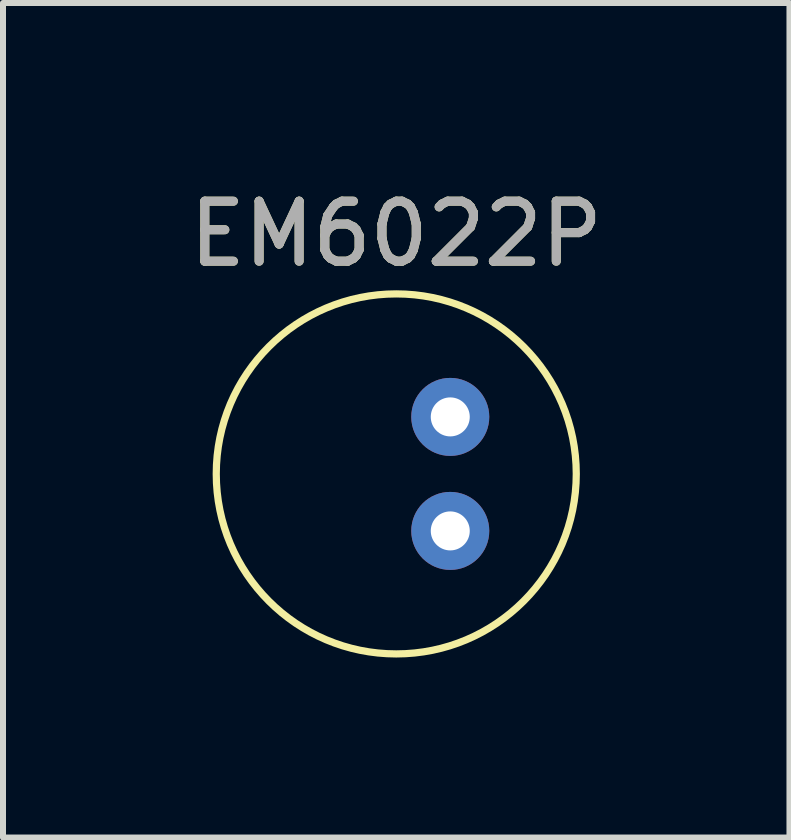
<source format=kicad_pcb>
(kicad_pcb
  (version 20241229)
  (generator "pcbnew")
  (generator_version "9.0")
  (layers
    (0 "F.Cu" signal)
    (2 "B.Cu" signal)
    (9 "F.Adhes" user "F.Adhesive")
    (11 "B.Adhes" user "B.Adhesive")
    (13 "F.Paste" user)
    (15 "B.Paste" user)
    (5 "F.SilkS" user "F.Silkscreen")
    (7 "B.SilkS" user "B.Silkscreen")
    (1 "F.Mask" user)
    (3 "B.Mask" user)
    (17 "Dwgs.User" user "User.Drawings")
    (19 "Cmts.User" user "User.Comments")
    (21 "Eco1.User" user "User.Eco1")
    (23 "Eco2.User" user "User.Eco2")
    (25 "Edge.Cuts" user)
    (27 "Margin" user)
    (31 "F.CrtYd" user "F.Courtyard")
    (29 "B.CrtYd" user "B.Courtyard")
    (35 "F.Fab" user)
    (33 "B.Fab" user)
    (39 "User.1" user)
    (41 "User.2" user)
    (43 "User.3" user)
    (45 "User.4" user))
  (footprint "EM6022P"
    (layer "F.Cu")
    (at 3.554 4.848)
    (property "Reference" "EM6022P" (at 0 -4 0) (unlocked yes) (layer "F.SilkS") (effects (font (size 1 1) (thickness 0.15))))
    (attr through_hole)
    (fp_circle (center 0 0) (end 3 0) (stroke (width 0.12) (type solid)) (fill no) (layer "F.SilkS"))
    (fp_text user "${REFERENCE}" (at 0 -4 0) (unlocked yes) (layer "F.Fab") (effects (font (size 1 1) (thickness 0.15))))
    (pad "1" thru_hole circle (at 0.9 0.95) (size 1.3 1.3) (drill 0.65) (layers "*.Cu" "*.Mask"))
    (pad "2" thru_hole circle (at 0.9 -0.95) (size 1.3 1.3) (drill 0.65) (layers "*.Cu" "*.Mask")))
  (gr_rect
    (start -3 -3)
    (end 10.107 10.908)
    (stroke (width 0.1) (type default))
    (fill no)
    (layer "Edge.Cuts")))
</source>
